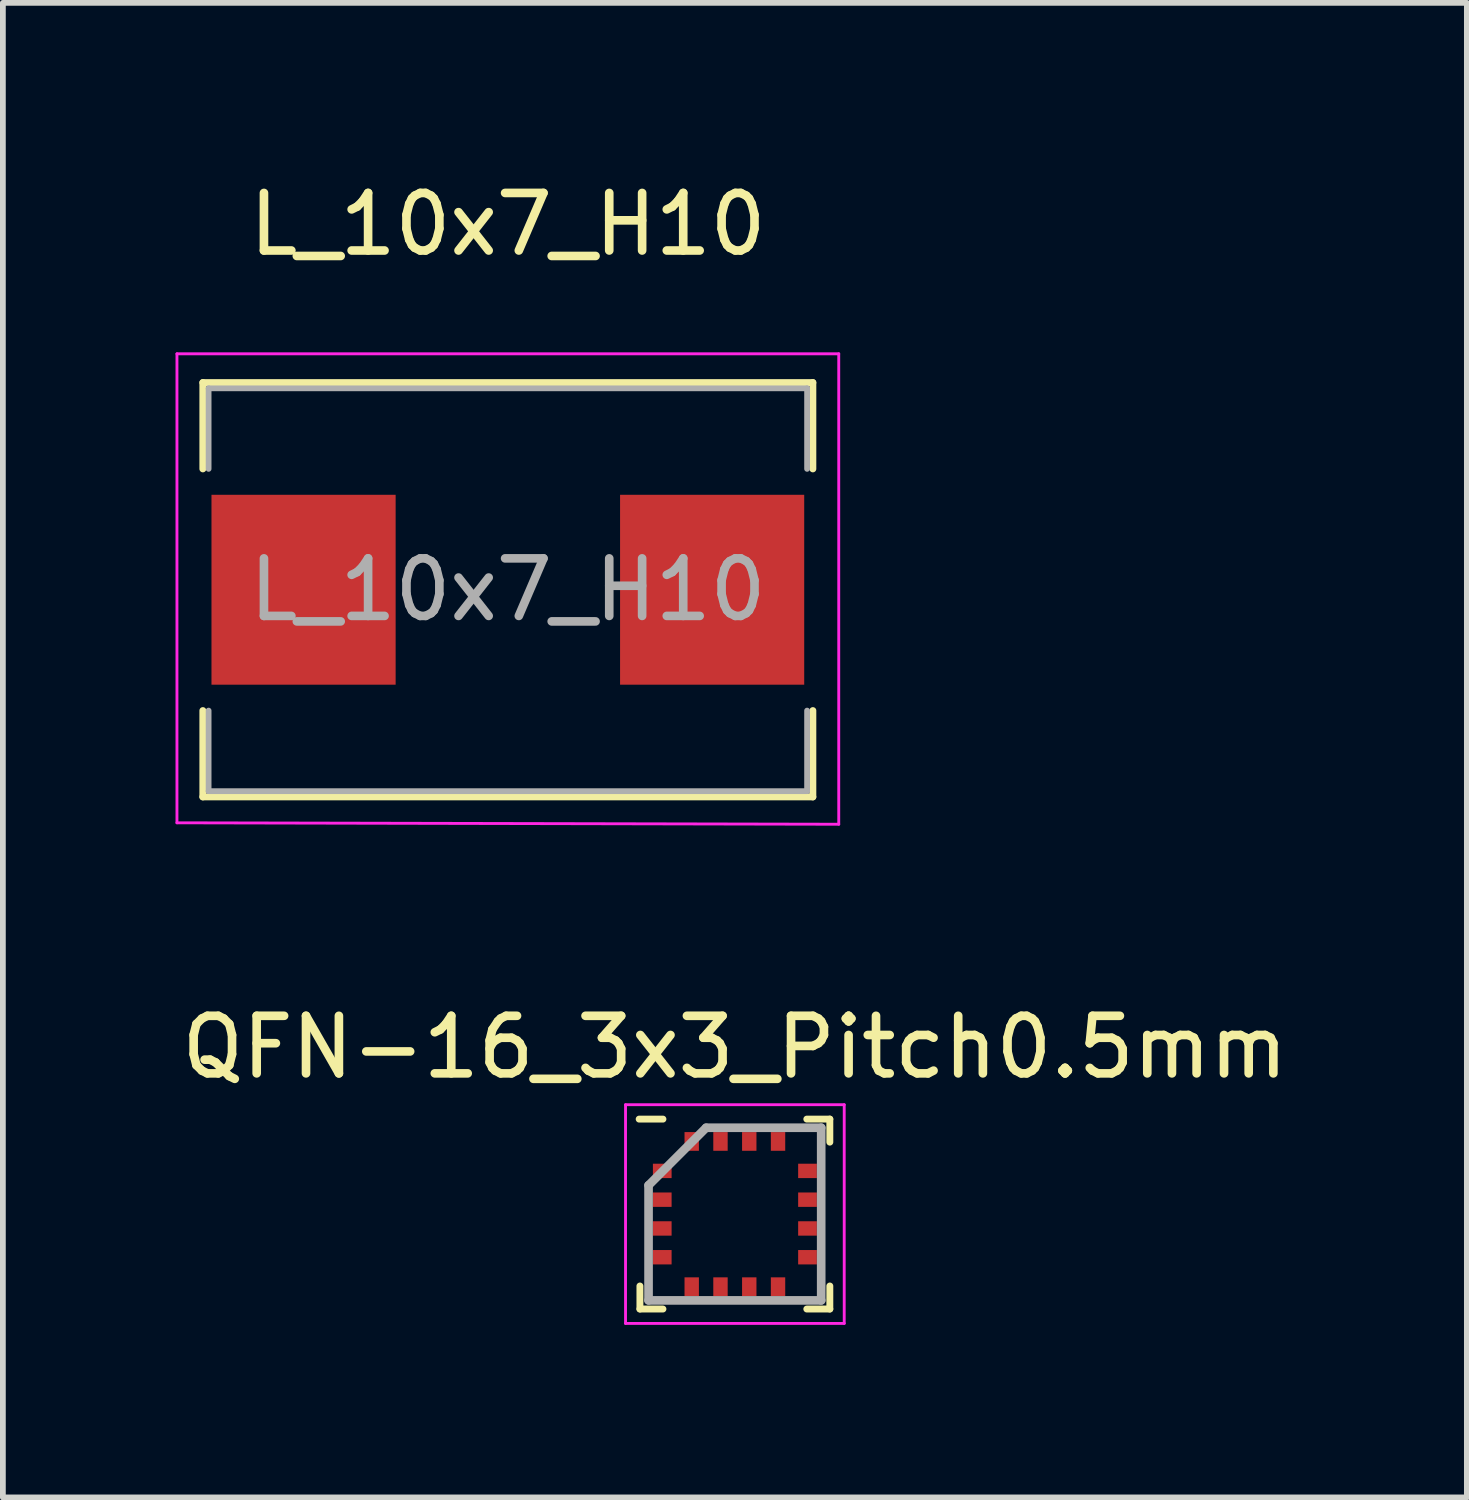
<source format=kicad_pcb>
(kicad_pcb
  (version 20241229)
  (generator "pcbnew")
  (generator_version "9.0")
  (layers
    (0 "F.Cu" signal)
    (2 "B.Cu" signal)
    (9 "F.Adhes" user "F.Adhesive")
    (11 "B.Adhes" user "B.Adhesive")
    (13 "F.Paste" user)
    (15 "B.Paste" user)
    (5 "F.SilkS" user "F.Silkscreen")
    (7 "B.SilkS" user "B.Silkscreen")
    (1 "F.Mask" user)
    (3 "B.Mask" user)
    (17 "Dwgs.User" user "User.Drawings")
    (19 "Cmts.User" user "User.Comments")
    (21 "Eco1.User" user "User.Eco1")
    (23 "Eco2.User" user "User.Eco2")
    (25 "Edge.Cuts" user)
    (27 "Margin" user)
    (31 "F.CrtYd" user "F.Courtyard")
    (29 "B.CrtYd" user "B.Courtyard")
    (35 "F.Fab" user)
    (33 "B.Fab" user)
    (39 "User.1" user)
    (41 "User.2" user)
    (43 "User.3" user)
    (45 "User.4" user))
  (footprint "L_10x7_H10"
    (layer "F.Cu")
    (at 5.775 7.198)
    (property "Reference" "L_10x7_H10" (at 0 -6.35 0) (layer "F.SilkS") (effects (font (size 1 1) (thickness 0.15))))
    (attr smd)
    (fp_line (start -5.3 -3.6) (end 5.3 -3.6) (stroke (width 0.12) (type solid)) (layer "F.SilkS"))
    (fp_line (start -5.3 -2.1) (end -5.3 -3.6) (stroke (width 0.12) (type solid)) (layer "F.SilkS"))
    (fp_line (start -5.3 3.6) (end -5.3 2.1) (stroke (width 0.12) (type solid)) (layer "F.SilkS"))
    (fp_line (start 5.3 -3.6) (end 5.3 -2.1) (stroke (width 0.12) (type solid)) (layer "F.SilkS"))
    (fp_line (start 5.3 2.1) (end 5.3 3.6) (stroke (width 0.12) (type solid)) (layer "F.SilkS"))
    (fp_line (start 5.3 3.6) (end -5.3 3.6) (stroke (width 0.12) (type solid)) (layer "F.SilkS"))
    (fp_line (start -5.75 -4.1) (end -5.75 4.05) (stroke (width 0.05) (type solid)) (layer "F.CrtYd"))
    (fp_line (start -5.75 4.05) (end 5.75 4.075) (stroke (width 0.05) (type solid)) (layer "F.CrtYd"))
    (fp_line (start 5.75 -4.1) (end -5.75 -4.1) (stroke (width 0.05) (type solid)) (layer "F.CrtYd"))
    (fp_line (start 5.75 4.075) (end 5.75 -4.1) (stroke (width 0.05) (type solid)) (layer "F.CrtYd"))
    (fp_line (start -5.2 -3.5) (end -5.2 -2.1) (stroke (width 0.1) (type solid)) (layer "F.Fab"))
    (fp_line (start -5.2 -3.5) (end 5.2 -3.5) (stroke (width 0.1) (type solid)) (layer "F.Fab"))
    (fp_line (start -5.2 3.5) (end -5.2 2.1) (stroke (width 0.1) (type solid)) (layer "F.Fab"))
    (fp_line (start -5.2 3.5) (end 5.2 3.5) (stroke (width 0.1) (type solid)) (layer "F.Fab"))
    (fp_line (start 5.2 -3.5) (end 5.2 -2.1) (stroke (width 0.1) (type solid)) (layer "F.Fab"))
    (fp_line (start 5.2 3.5) (end 5.2 2.1) (stroke (width 0.1) (type solid)) (layer "F.Fab"))
    (fp_text user "${REFERENCE}" (at 0 0 0) (layer "F.Fab") (effects (font (size 1 1) (thickness 0.15))))
    (pad "1" smd rect (at -3.55 0) (size 3.2 3.3) (layers "F.Cu" "F.Mask" "F.Paste"))
    (pad "2" smd rect (at 3.55 0) (size 3.2 3.3) (layers "F.Cu" "F.Mask" "F.Paste")))
  (footprint "QFN-16_3x3_Pitch0.5mm"
    (layer "F.Cu")
    (at 9.72 18.047)
    (property "Reference" "QFN-16_3x3_Pitch0.5mm" (at 0 -2.9 0) (layer "F.SilkS") (effects (font (size 1 1) (thickness 0.15))))
    (attr smd)
    (fp_line (start -1.65 1.65) (end -1.65 1.25) (stroke (width 0.12) (type solid)) (layer "F.SilkS"))
    (fp_line (start -1.25 -1.65) (end -1.663 -1.65) (stroke (width 0.12) (type solid)) (layer "F.SilkS"))
    (fp_line (start -1.25 1.65) (end -1.65 1.65) (stroke (width 0.12) (type solid)) (layer "F.SilkS"))
    (fp_line (start 1.25 -1.65) (end 1.65 -1.65) (stroke (width 0.12) (type solid)) (layer "F.SilkS"))
    (fp_line (start 1.25 1.65) (end 1.65 1.65) (stroke (width 0.12) (type solid)) (layer "F.SilkS"))
    (fp_line (start 1.65 -1.65) (end 1.65 -1.25) (stroke (width 0.12) (type solid)) (layer "F.SilkS"))
    (fp_line (start 1.65 1.65) (end 1.65 1.25) (stroke (width 0.12) (type solid)) (layer "F.SilkS"))
    (fp_line (start -1.9 -1.9) (end 1.9 -1.9) (stroke (width 0.05) (type solid)) (layer "F.CrtYd"))
    (fp_line (start -1.9 1.9) (end -1.9 -1.9) (stroke (width 0.05) (type solid)) (layer "F.CrtYd"))
    (fp_line (start 1.9 -1.9) (end 1.9 1.9) (stroke (width 0.05) (type solid)) (layer "F.CrtYd"))
    (fp_line (start 1.9 1.9) (end -1.9 1.9) (stroke (width 0.05) (type solid)) (layer "F.CrtYd"))
    (fp_line (start -1.5 -0.5) (end -1.5 1.5) (stroke (width 0.15) (type solid)) (layer "F.Fab"))
    (fp_line (start -1.5 1.5) (end 1.5 1.5) (stroke (width 0.15) (type solid)) (layer "F.Fab"))
    (fp_line (start -0.5 -1.5) (end -1.5 -0.5) (stroke (width 0.15) (type solid)) (layer "F.Fab"))
    (fp_line (start 1.5 -1.5) (end -0.5 -1.5) (stroke (width 0.15) (type solid)) (layer "F.Fab"))
    (fp_line (start 1.5 1.5) (end 1.5 -1.5) (stroke (width 0.15) (type solid)) (layer "F.Fab"))
    (pad "1" smd rect (at -1.262 -0.75 90) (size 0.25 0.325) (layers "F.Cu" "F.Mask" "F.Paste"))
    (pad "2" smd rect (at -1.262 -0.25 90) (size 0.25 0.325) (layers "F.Cu" "F.Mask" "F.Paste"))
    (pad "3" smd rect (at -1.262 0.25 90) (size 0.25 0.325) (layers "F.Cu" "F.Mask" "F.Paste"))
    (pad "4" smd rect (at -1.262 0.75 90) (size 0.25 0.325) (layers "F.Cu" "F.Mask" "F.Paste"))
    (pad "5" smd rect (at -0.75 1.262) (size 0.25 0.325) (layers "F.Cu" "F.Mask" "F.Paste"))
    (pad "6" smd rect (at -0.25 1.262) (size 0.25 0.325) (layers "F.Cu" "F.Mask" "F.Paste"))
    (pad "7" smd rect (at 0.25 1.262) (size 0.25 0.325) (layers "F.Cu" "F.Mask" "F.Paste"))
    (pad "8" smd rect (at 0.75 1.262) (size 0.25 0.325) (layers "F.Cu" "F.Mask" "F.Paste"))
    (pad "9" smd rect (at 1.262 0.75 90) (size 0.25 0.325) (layers "F.Cu" "F.Mask" "F.Paste"))
    (pad "10" smd rect (at 1.262 0.25 90) (size 0.25 0.325) (layers "F.Cu" "F.Mask" "F.Paste"))
    (pad "11" smd rect (at 1.262 -0.25 90) (size 0.25 0.325) (layers "F.Cu" "F.Mask" "F.Paste"))
    (pad "12" smd rect (at 1.262 -0.75 90) (size 0.25 0.325) (layers "F.Cu" "F.Mask" "F.Paste"))
    (pad "13" smd rect (at 0.75 -1.262) (size 0.25 0.325) (layers "F.Cu" "F.Mask" "F.Paste"))
    (pad "14" smd rect (at 0.25 -1.262) (size 0.25 0.325) (layers "F.Cu" "F.Mask" "F.Paste"))
    (pad "15" smd rect (at -0.25 -1.262) (size 0.25 0.325) (layers "F.Cu" "F.Mask" "F.Paste"))
    (pad "16" smd rect (at -0.75 -1.262) (size 0.25 0.325) (layers "F.Cu" "F.Mask" "F.Paste")))
  (gr_rect
    (start -3 -3)
    (end 22.44 22.971)
    (stroke (width 0.1) (type default))
    (fill no)
    (layer "Edge.Cuts")))
</source>
